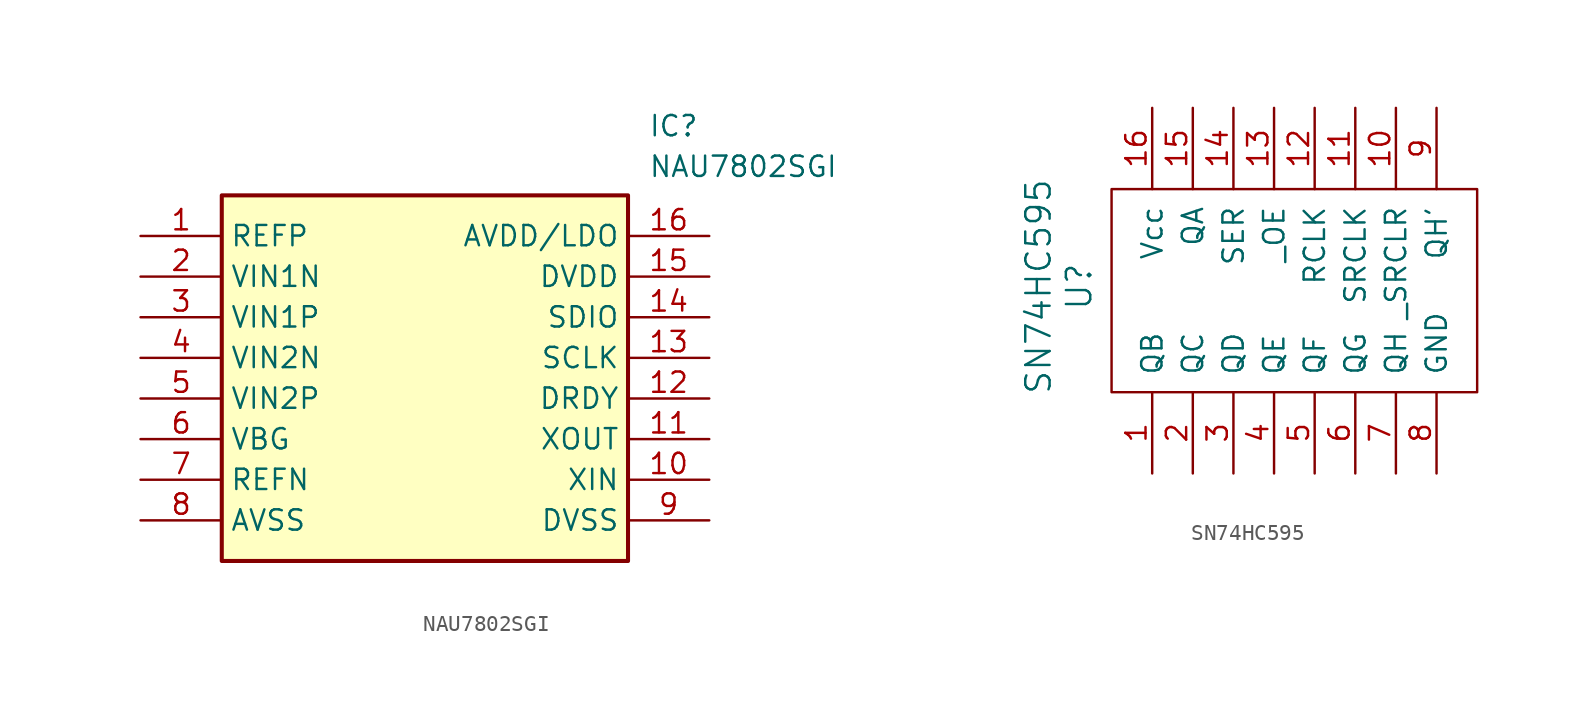
<source format=kicad_sym>
(kicad_symbol_lib
  (version 20231120)
  (generator "kicad_symbol_editor")
  (generator_version "8.0")
  (symbol "NAU7802SGI"
    (property "Reference" "IC"
      (at 31.75 7.62 0)
      (effects (font (size 1.27 1.27)) (justify left top)))
    (property "Value" "NAU7802SGI"
      (at 31.75 5.08 0)
      (effects (font (size 1.27 1.27)) (justify left top)))
    (symbol "NAU7802SGI_1_1"
      (rectangle (start 5.08 2.54) (end 30.48 -20.32) (stroke (width 0.254) (type default)) (fill (type background)))
      (pin passive line (at 0 0 0) (length 5.08) (name "REFP" (effects (font (size 1.27 1.27)))) (number "1" (effects (font (size 1.27 1.27)))))
      (pin passive line (at 35.56 -15.24 180) (length 5.08) (name "XIN" (effects (font (size 1.27 1.27)))) (number "10" (effects (font (size 1.27 1.27)))))
      (pin passive line (at 35.56 -12.7 180) (length 5.08) (name "XOUT" (effects (font (size 1.27 1.27)))) (number "11" (effects (font (size 1.27 1.27)))))
      (pin passive line (at 35.56 -10.16 180) (length 5.08) (name "DRDY" (effects (font (size 1.27 1.27)))) (number "12" (effects (font (size 1.27 1.27)))))
      (pin passive line (at 35.56 -7.62 180) (length 5.08) (name "SCLK" (effects (font (size 1.27 1.27)))) (number "13" (effects (font (size 1.27 1.27)))))
      (pin passive line (at 35.56 -5.08 180) (length 5.08) (name "SDIO" (effects (font (size 1.27 1.27)))) (number "14" (effects (font (size 1.27 1.27)))))
      (pin passive line (at 35.56 -2.54 180) (length 5.08) (name "DVDD" (effects (font (size 1.27 1.27)))) (number "15" (effects (font (size 1.27 1.27)))))
      (pin passive line (at 35.56 0 180) (length 5.08) (name "AVDD/LDO" (effects (font (size 1.27 1.27)))) (number "16" (effects (font (size 1.27 1.27)))))
      (pin passive line (at 0 -2.54 0) (length 5.08) (name "VIN1N" (effects (font (size 1.27 1.27)))) (number "2" (effects (font (size 1.27 1.27)))))
      (pin passive line (at 0 -5.08 0) (length 5.08) (name "VIN1P" (effects (font (size 1.27 1.27)))) (number "3" (effects (font (size 1.27 1.27)))))
      (pin passive line (at 0 -7.62 0) (length 5.08) (name "VIN2N" (effects (font (size 1.27 1.27)))) (number "4" (effects (font (size 1.27 1.27)))))
      (pin passive line (at 0 -10.16 0) (length 5.08) (name "VIN2P" (effects (font (size 1.27 1.27)))) (number "5" (effects (font (size 1.27 1.27)))))
      (pin passive line (at 0 -12.7 0) (length 5.08) (name "VBG" (effects (font (size 1.27 1.27)))) (number "6" (effects (font (size 1.27 1.27)))))
      (pin passive line (at 0 -15.24 0) (length 5.08) (name "REFN" (effects (font (size 1.27 1.27)))) (number "7" (effects (font (size 1.27 1.27)))))
      (pin passive line (at 0 -17.78 0) (length 5.08) (name "AVSS" (effects (font (size 1.27 1.27)))) (number "8" (effects (font (size 1.27 1.27)))))
      (pin passive line (at 35.56 -17.78 180) (length 5.08) (name "DVSS" (effects (font (size 1.27 1.27)))) (number "9" (effects (font (size 1.27 1.27)))))))
  (symbol "SN74HC595"
    (pin_names
      (offset 1.016))
    (property "Reference" "U"
      (at -14.732 1.524 90)
      (effects (font (size 1.524 1.524))))
    (property "Value" "SN74HC595"
      (at -17.272 1.524 90)
      (effects (font (size 1.524 1.524))))
    (symbol "SN74HC595_0_1"
      (rectangle (start -12.7 -5.08) (end 10.16 7.62) (stroke (width 0) (type default)) (fill (type none))))
    (symbol "SN74HC595_1_1"
      (pin input line (at -10.16 -10.16 90) (length 5.08) (name "QB" (effects (font (size 1.27 1.27)))) (number "1" (effects (font (size 1.27 1.27)))))
      (pin input line (at 5.08 12.7 270) (length 5.08) (name "_SRCLR" (effects (font (size 1.27 1.27)))) (number "10" (effects (font (size 1.27 1.27)))))
      (pin input line (at 2.54 12.7 270) (length 5.08) (name "SRCLK" (effects (font (size 1.27 1.27)))) (number "11" (effects (font (size 1.27 1.27)))))
      (pin input line (at 0 12.7 270) (length 5.08) (name "RCLK" (effects (font (size 1.27 1.27)))) (number "12" (effects (font (size 1.27 1.27)))))
      (pin input line (at -2.54 12.7 270) (length 5.08) (name "_OE" (effects (font (size 1.27 1.27)))) (number "13" (effects (font (size 1.27 1.27)))))
      (pin input line (at -5.08 12.7 270) (length 5.08) (name "SER" (effects (font (size 1.27 1.27)))) (number "14" (effects (font (size 1.27 1.27)))))
      (pin input line (at -7.62 12.7 270) (length 5.08) (name "QA" (effects (font (size 1.27 1.27)))) (number "15" (effects (font (size 1.27 1.27)))))
      (pin input line (at -10.16 12.7 270) (length 5.08) (name "Vcc" (effects (font (size 1.27 1.27)))) (number "16" (effects (font (size 1.27 1.27)))))
      (pin input line (at -7.62 -10.16 90) (length 5.08) (name "QC" (effects (font (size 1.27 1.27)))) (number "2" (effects (font (size 1.27 1.27)))))
      (pin input line (at -5.08 -10.16 90) (length 5.08) (name "QD" (effects (font (size 1.27 1.27)))) (number "3" (effects (font (size 1.27 1.27)))))
      (pin input line (at -2.54 -10.16 90) (length 5.08) (name "QE" (effects (font (size 1.27 1.27)))) (number "4" (effects (font (size 1.27 1.27)))))
      (pin input line (at 0 -10.16 90) (length 5.08) (name "QF" (effects (font (size 1.27 1.27)))) (number "5" (effects (font (size 1.27 1.27)))))
      (pin input line (at 2.54 -10.16 90) (length 5.08) (name "QG" (effects (font (size 1.27 1.27)))) (number "6" (effects (font (size 1.27 1.27)))))
      (pin input line (at 5.08 -10.16 90) (length 5.08) (name "QH" (effects (font (size 1.27 1.27)))) (number "7" (effects (font (size 1.27 1.27)))))
      (pin input line (at 7.62 -10.16 90) (length 5.08) (name "GND" (effects (font (size 1.27 1.27)))) (number "8" (effects (font (size 1.27 1.27)))))
      (pin input line (at 7.62 12.7 270) (length 5.08) (name "QH'" (effects (font (size 1.27 1.27)))) (number "9" (effects (font (size 1.27 1.27))))))))
</source>
